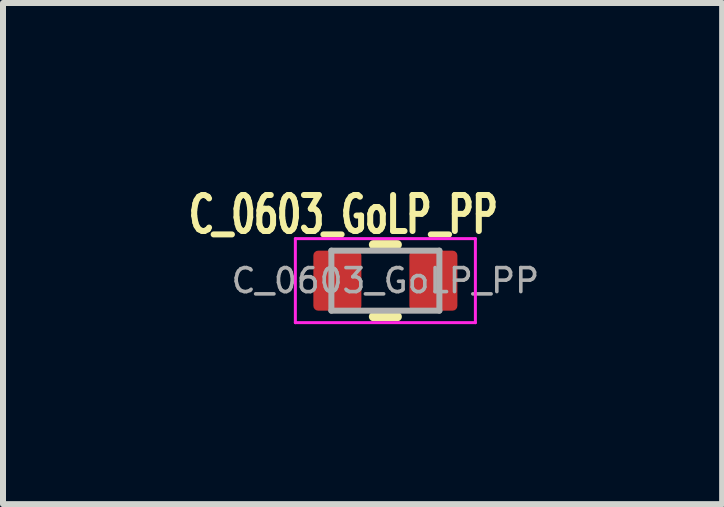
<source format=kicad_pcb>
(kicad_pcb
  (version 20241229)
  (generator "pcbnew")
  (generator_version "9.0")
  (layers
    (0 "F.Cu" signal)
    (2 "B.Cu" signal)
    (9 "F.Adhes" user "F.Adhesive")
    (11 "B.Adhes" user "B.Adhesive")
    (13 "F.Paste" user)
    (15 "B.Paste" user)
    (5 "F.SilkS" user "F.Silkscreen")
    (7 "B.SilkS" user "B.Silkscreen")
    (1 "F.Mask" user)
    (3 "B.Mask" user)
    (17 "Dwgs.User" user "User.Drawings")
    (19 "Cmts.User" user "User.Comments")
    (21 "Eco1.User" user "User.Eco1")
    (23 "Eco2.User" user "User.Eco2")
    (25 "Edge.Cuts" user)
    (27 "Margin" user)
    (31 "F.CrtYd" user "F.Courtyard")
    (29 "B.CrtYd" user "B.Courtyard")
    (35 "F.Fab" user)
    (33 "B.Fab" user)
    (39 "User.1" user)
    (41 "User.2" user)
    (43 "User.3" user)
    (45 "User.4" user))
  (footprint "C_0603_GoLP_PP"
    (layer "F.Cu")
    (at 3.372 1.627)
    (property "Reference" "C_0603_GoLP_PP" (at -0.7 -1.1 0) (layer "F.SilkS") (effects (font (size 0.6 0.4) (thickness 0.1))))
    (attr smd)
    (fp_line (start -0.2 -0.6) (end 0.2 -0.6) (stroke (width 0.15) (type solid)) (layer "F.SilkS"))
    (fp_line (start -0.2 0.6) (end 0.2 0.6) (stroke (width 0.15) (type solid)) (layer "F.SilkS"))
    (fp_line (start -1.5 -0.7) (end 1.5 -0.7) (stroke (width 0.05) (type solid)) (layer "F.CrtYd"))
    (fp_line (start -1.5 0.7) (end -1.5 -0.7) (stroke (width 0.05) (type solid)) (layer "F.CrtYd"))
    (fp_line (start 1.5 -0.7) (end 1.5 0.7) (stroke (width 0.05) (type solid)) (layer "F.CrtYd"))
    (fp_line (start 1.5 0.7) (end -1.5 0.7) (stroke (width 0.05) (type solid)) (layer "F.CrtYd"))
    (fp_line (start -0.9 -0.5) (end 0.9 -0.5) (stroke (width 0.1) (type solid)) (layer "F.Fab"))
    (fp_line (start -0.9 0.5) (end -0.9 -0.5) (stroke (width 0.1) (type solid)) (layer "F.Fab"))
    (fp_line (start -0.9 0.5) (end 0.9 0.5) (stroke (width 0.1) (type solid)) (layer "F.Fab"))
    (fp_line (start 0.9 -0.5) (end 0.9 0.5) (stroke (width 0.1) (type solid)) (layer "F.Fab"))
    (fp_text user "${REFERENCE}" (at 0 0 0) (layer "F.Fab") (effects (font (size 0.4 0.4) (thickness 0.06))))
    (pad "1" smd roundrect (at -0.8 0) (size 0.8 1) (layers "F.Cu" "F.Mask" "F.Paste") (roundrect_rratio 0.1))
    (pad "2" smd roundrect (at 0.8 0) (size 0.8 1) (layers "F.Cu" "F.Mask" "F.Paste") (roundrect_rratio 0.1)))
  (gr_rect
    (start -3 -3)
    (end 8.984 5.351)
    (stroke (width 0.1) (type default))
    (fill no)
    (layer "Edge.Cuts")))
</source>
